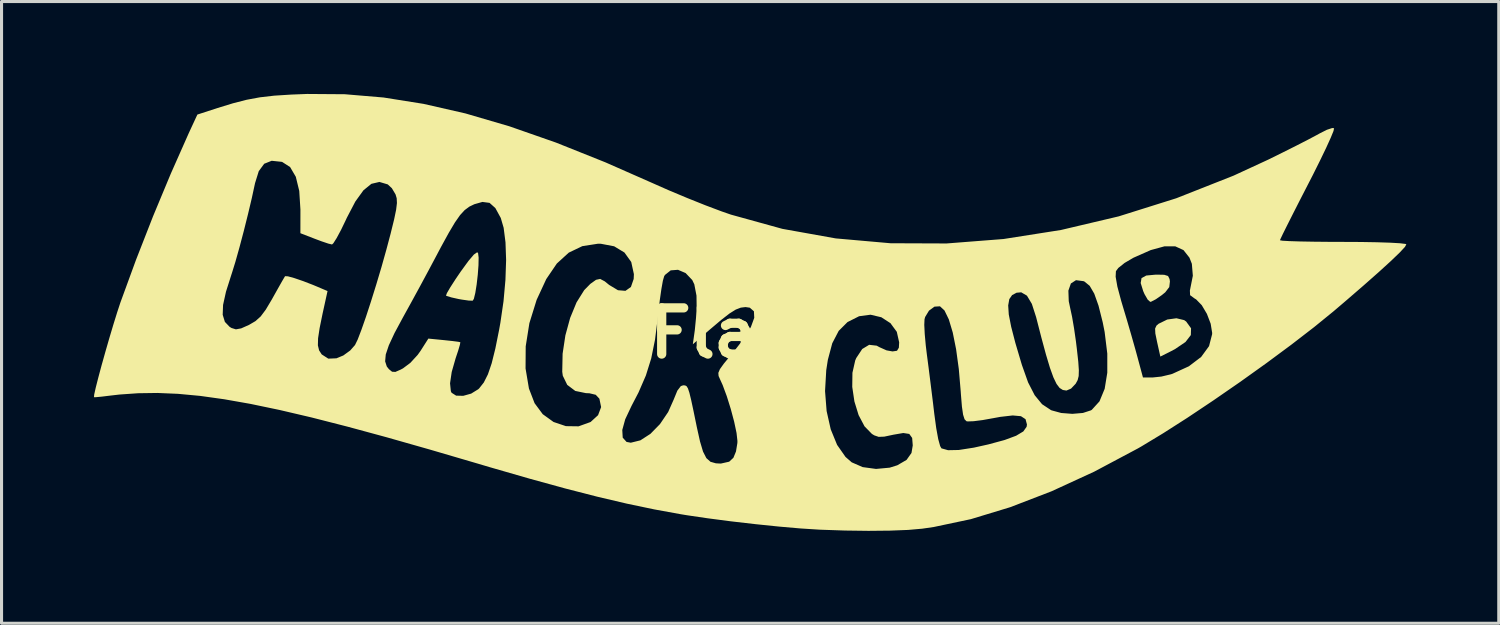
<source format=kicad_pcb>
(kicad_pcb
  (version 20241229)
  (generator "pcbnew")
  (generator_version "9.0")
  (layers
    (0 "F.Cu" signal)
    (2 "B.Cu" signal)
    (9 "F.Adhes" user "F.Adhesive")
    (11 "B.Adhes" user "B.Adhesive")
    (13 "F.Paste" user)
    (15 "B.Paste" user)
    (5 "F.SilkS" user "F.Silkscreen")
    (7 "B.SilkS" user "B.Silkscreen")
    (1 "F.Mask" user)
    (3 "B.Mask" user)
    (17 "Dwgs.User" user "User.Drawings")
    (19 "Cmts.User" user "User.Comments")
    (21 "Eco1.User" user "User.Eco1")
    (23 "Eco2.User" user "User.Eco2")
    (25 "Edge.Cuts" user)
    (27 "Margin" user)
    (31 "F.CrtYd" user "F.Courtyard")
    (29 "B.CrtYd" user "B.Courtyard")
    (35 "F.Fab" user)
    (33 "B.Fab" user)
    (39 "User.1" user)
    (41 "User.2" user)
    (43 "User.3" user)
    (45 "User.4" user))
  (footprint "Flag"
    (layer "F.Cu")
    (at 20.465 7.765)
    (property "Reference" "Flag" (at 0 0 0) (layer "F.SilkS") (effects (font (size 1.5 1.5) (thickness 0.3))))
    (attr board_only exclude_from_pos_files exclude_from_bom)
    (fp_poly (pts (xy 14.924 -0.424) (xy 14.989 -0.378) (xy 15.148 -0.159) (xy 15.141 0.062) (xy 14.967 0.287) (xy 14.626 0.518) (xy 14.505 0.582) (xy 14.151 0.76) (xy 14.045 0.284) (xy 13.989 0.011) (xy 13.981 -0.149) (xy 14.025 -0.245) (xy 14.096 -0.306) (xy 14.376 -0.443) (xy 14.673 -0.484)) (stroke (width 0) (type solid)) (fill yes) (layer "F.SilkS"))
    (fp_poly (pts (xy 14.277 -1.895) (xy 14.401 -1.856) (xy 14.45 -1.758) (xy 14.462 -1.68) (xy 14.441 -1.496) (xy 14.31 -1.326) (xy 14.2 -1.236) (xy 14.002 -1.099) (xy 13.853 -1.022) (xy 13.823 -1.016) (xy 13.741 -1.088) (xy 13.637 -1.268) (xy 13.594 -1.367) (xy 13.513 -1.628) (xy 13.541 -1.789) (xy 13.694 -1.871) (xy 13.994 -1.899) (xy 14.032 -1.9)) (stroke (width 0) (type solid)) (fill yes) (layer "F.SilkS"))
    (fp_poly (pts (xy -7.997 -2.604) (xy -7.978 -2.453) (xy -7.983 -2.202) (xy -8.006 -1.896) (xy -8.042 -1.582) (xy -8.086 -1.306) (xy -8.133 -1.115) (xy -8.17 -1.054) (xy -8.3 -1.058) (xy -8.525 -1.09) (xy -8.627 -1.108) (xy -8.859 -1.16) (xy -9.012 -1.206) (xy -9.037 -1.219) (xy -9.008 -1.3) (xy -8.898 -1.488) (xy -8.727 -1.754) (xy -8.562 -1.996) (xy -8.308 -2.345) (xy -8.131 -2.553) (xy -8.028 -2.625)) (stroke (width 0) (type solid)) (fill yes) (layer "F.SilkS"))
    (fp_poly (pts (xy -12.322 -7.756) (xy -11.065 -7.65) (xy -9.765 -7.443) (xy -8.407 -7.133) (xy -6.979 -6.715) (xy -5.468 -6.187) (xy -3.862 -5.545) (xy -2.371 -4.888) (xy -1.81 -4.64) (xy -1.206 -4.387) (xy -0.614 -4.15) (xy -0.085 -3.951) (xy 0.212 -3.848) (xy 1.883 -3.386) (xy 3.614 -3.076) (xy 5.393 -2.919) (xy 7.212 -2.912) (xy 9.059 -3.056) (xy 10.924 -3.349) (xy 12.797 -3.791) (xy 14.668 -4.379) (xy 16.527 -5.113) (xy 17.653 -5.633) (xy 18.113 -5.86) (xy 18.552 -6.08) (xy 18.933 -6.275) (xy 19.218 -6.426) (xy 19.325 -6.485) (xy 19.557 -6.602) (xy 19.731 -6.659) (xy 19.791 -6.653) (xy 19.772 -6.563) (xy 19.683 -6.345) (xy 19.536 -6.021) (xy 19.339 -5.612) (xy 19.104 -5.14) (xy 18.944 -4.829) (xy 18.687 -4.329) (xy 18.458 -3.879) (xy 18.268 -3.502) (xy 18.127 -3.219) (xy 18.048 -3.052) (xy 18.034 -3.016) (xy 18.115 -3.001) (xy 18.342 -2.988) (xy 18.692 -2.977) (xy 19.142 -2.969) (xy 19.668 -2.964) (xy 20.061 -2.963) (xy 20.658 -2.96) (xy 21.182 -2.951) (xy 21.612 -2.937) (xy 21.927 -2.919) (xy 22.105 -2.897) (xy 22.137 -2.885) (xy 22.092 -2.801) (xy 21.922 -2.618) (xy 21.636 -2.343) (xy 21.241 -1.983) (xy 20.745 -1.545) (xy 20.155 -1.035) (xy 19.77 -0.707) (xy 19.142 -0.196) (xy 18.406 0.372) (xy 17.593 0.974) (xy 16.737 1.586) (xy 15.87 2.185) (xy 15.027 2.748) (xy 14.24 3.251) (xy 13.542 3.673) (xy 13.42 3.743) (xy 12.004 4.496) (xy 10.619 5.133) (xy 9.278 5.649) (xy 7.998 6.038) (xy 6.792 6.293) (xy 6.419 6.347) (xy 5.961 6.387) (xy 5.369 6.41) (xy 4.676 6.417) (xy 3.916 6.407) (xy 3.124 6.38) (xy 3.048 6.376) (xy 2.467 6.339) (xy 1.769 6.278) (xy 1.001 6.199) (xy 0.214 6.108) (xy -0.544 6.009) (xy -1.224 5.909) (xy -1.43 5.875) (xy -2.279 5.72) (xy -3.171 5.533) (xy -4.128 5.308) (xy -5.172 5.04) (xy -6.324 4.723) (xy -7.607 4.353) (xy -8.001 4.236) (xy -9.559 3.779) (xy -10.969 3.378) (xy -11.838 3.142) (xy -3.315 3.142) (xy -3.301 3.391) (xy -3.177 3.53) (xy -3.039 3.556) (xy -2.727 3.479) (xy -2.401 3.268) (xy -2.091 2.951) (xy -1.826 2.56) (xy -1.648 2.16) (xy -1.527 1.865) (xy -1.414 1.718) (xy -1.339 1.693) (xy -1.277 1.696) (xy -1.228 1.721) (xy -1.184 1.792) (xy -1.137 1.932) (xy -1.08 2.165) (xy -1.005 2.515) (xy -0.904 3.006) (xy -0.897 3.042) (xy -0.792 3.514) (xy -0.694 3.844) (xy -0.586 4.056) (xy -0.452 4.175) (xy -0.276 4.225) (xy -0.116 4.233) (xy 0.155 4.172) (xy 0.292 4.045) (xy 0.376 3.84) (xy 0.421 3.566) (xy 0.423 3.499) (xy 0.394 3.239) (xy 0.317 2.875) (xy 0.206 2.459) (xy 0.077 2.045) (xy 0.015 1.879) (xy 3.267 1.879) (xy 3.318 2.528) (xy 3.451 3.12) (xy 3.658 3.626) (xy 3.932 4.018) (xy 4.133 4.193) (xy 4.489 4.348) (xy 4.922 4.407) (xy 5.364 4.366) (xy 5.612 4.289) (xy 5.913 4.114) (xy 6.073 3.888) (xy 6.114 3.643) (xy 6.095 3.401) (xy 6.001 3.271) (xy 5.807 3.241) (xy 5.486 3.296) (xy 5.468 3.3) (xy 5.188 3.359) (xy 5.008 3.366) (xy 4.867 3.318) (xy 4.789 3.271) (xy 4.549 3.025) (xy 4.356 2.659) (xy 4.22 2.217) (xy 4.15 1.745) (xy 4.156 1.286) (xy 4.246 0.887) (xy 4.279 0.809) (xy 4.474 0.514) (xy 4.699 0.378) (xy 4.944 0.406) (xy 5.031 0.454) (xy 5.263 0.558) (xy 5.458 0.593) (xy 5.603 0.571) (xy 5.663 0.472) (xy 5.673 0.298) (xy 5.596 -0.044) (xy 5.429 -0.271) (xy 6.488 -0.271) (xy 6.503 0.029) (xy 6.537 0.401) (xy 6.57 0.674) (xy 6.631 1.142) (xy 6.701 1.699) (xy 6.771 2.262) (xy 6.813 2.618) (xy 6.876 3.082) (xy 6.941 3.439) (xy 7.004 3.666) (xy 7.046 3.739) (xy 7.26 3.799) (xy 7.608 3.792) (xy 8.097 3.716) (xy 8.568 3.611) (xy 9.096 3.468) (xy 9.469 3.33) (xy 9.703 3.19) (xy 9.81 3.039) (xy 9.821 2.964) (xy 9.775 2.792) (xy 9.626 2.695) (xy 9.359 2.671) (xy 8.957 2.717) (xy 8.728 2.759) (xy 8.382 2.821) (xy 8.09 2.858) (xy 7.898 2.865) (xy 7.859 2.859) (xy 7.796 2.796) (xy 7.748 2.646) (xy 7.71 2.383) (xy 7.677 1.981) (xy 7.671 1.891) (xy 7.609 1.164) (xy 7.521 0.52) (xy 7.412 -0.022) (xy 7.285 -0.447) (xy 7.144 -0.737) (xy 6.998 -0.872) (xy 6.819 -0.861) (xy 6.641 -0.731) (xy 6.516 -0.525) (xy 6.496 -0.451) (xy 6.488 -0.271) (xy 5.429 -0.271) (xy 5.392 -0.323) (xy 5.095 -0.516) (xy 4.744 -0.599) (xy 4.374 -0.55) (xy 4.369 -0.548) (xy 3.996 -0.36) (xy 3.71 -0.074) (xy 3.501 0.328) (xy 3.358 0.865) (xy 3.306 1.201) (xy 3.267 1.879) (xy 0.015 1.879) (xy -0.056 1.686) (xy -0.14 1.501) (xy -0.189 1.39) (xy -0.197 1.289) (xy -0.146 1.168) (xy -0.022 0.994) (xy 0.191 0.735) (xy 0.294 0.612) (xy 0.634 0.174) (xy 0.86 -0.2) (xy 0.969 -0.498) (xy 0.958 -0.71) (xy 0.825 -0.827) (xy 0.686 -0.847) (xy 0.533 -0.829) (xy 0.369 -0.766) (xy 0.166 -0.639) (xy -0.102 -0.431) (xy -0.464 -0.125) (xy -0.491 -0.102) (xy -1.025 0.361) (xy -0.961 -0.095) (xy -0.9 -0.716) (xy -0.902 -0.901) (xy 9.212 -0.901) (xy 9.231 -0.607) (xy 9.309 -0.208) (xy 9.444 0.314) (xy 9.64 0.975) (xy 9.658 1.034) (xy 9.858 1.598) (xy 10.072 2.014) (xy 10.312 2.306) (xy 10.594 2.493) (xy 10.621 2.506) (xy 10.933 2.591) (xy 11.294 2.619) (xy 11.638 2.59) (xy 11.899 2.505) (xy 11.928 2.486) (xy 12.176 2.213) (xy 12.344 1.806) (xy 12.429 1.284) (xy 12.429 0.663) (xy 12.343 -0.039) (xy 12.28 -0.355) (xy 12.144 -0.894) (xy 12.006 -1.282) (xy 11.858 -1.536) (xy 11.69 -1.674) (xy 11.658 -1.688) (xy 11.413 -1.72) (xy 11.247 -1.613) (xy 11.166 -1.381) (xy 11.178 -1.038) (xy 11.229 -0.795) (xy 11.286 -0.531) (xy 11.35 -0.157) (xy 11.411 0.266) (xy 11.442 0.52) (xy 11.487 0.928) (xy 11.506 1.206) (xy 11.5 1.391) (xy 11.467 1.523) (xy 11.405 1.637) (xy 11.402 1.642) (xy 11.253 1.799) (xy 11.103 1.863) (xy 10.986 1.844) (xy 10.882 1.779) (xy 10.782 1.648) (xy 10.68 1.436) (xy 10.568 1.126) (xy 10.44 0.7) (xy 10.289 0.142) (xy 10.118 -0.523) (xy 9.98 -0.951) (xy 9.821 -1.217) (xy 9.635 -1.326) (xy 9.484 -1.313) (xy 9.339 -1.236) (xy 9.248 -1.105) (xy 9.212 -0.901) (xy -0.902 -0.901) (xy -0.906 -1.218) (xy -0.977 -1.586) (xy -1.044 -1.725) (xy -1.146 -1.832) (xy 12.7 -1.832) (xy 12.756 -1.513) (xy 12.88 -1.049) (xy 12.926 -0.894) (xy 13.066 -0.427) (xy 13.21 0.068) (xy 13.338 0.519) (xy 13.399 0.741) (xy 13.587 1.439) (xy 13.895 1.439) (xy 14.183 1.409) (xy 14.495 1.335) (xy 14.544 1.319) (xy 15.077 1.075) (xy 15.476 0.772) (xy 15.732 0.421) (xy 15.832 0.033) (xy 15.833 -0.011) (xy 15.785 -0.307) (xy 15.663 -0.626) (xy 15.495 -0.909) (xy 15.312 -1.097) (xy 15.266 -1.124) (xy 15.117 -1.233) (xy 15.11 -1.386) (xy 15.112 -1.392) (xy 15.206 -1.864) (xy 15.174 -2.252) (xy 15.096 -2.451) (xy 14.903 -2.696) (xy 14.637 -2.818) (xy 14.286 -2.819) (xy 13.84 -2.697) (xy 13.288 -2.453) (xy 13.27 -2.444) (xy 12.991 -2.28) (xy 12.787 -2.117) (xy 12.709 -2.012) (xy 12.7 -1.832) (xy -1.146 -1.832) (xy -1.259 -1.951) (xy -1.506 -2.057) (xy -1.743 -2.039) (xy -1.93 -1.89) (xy -1.956 -1.846) (xy -1.997 -1.704) (xy -2.046 -1.43) (xy -2.099 -1.059) (xy -2.149 -0.629) (xy -2.161 -0.514) (xy -2.252 0.21) (xy -2.376 0.821) (xy -2.549 1.374) (xy -2.788 1.925) (xy -3.016 2.363) (xy -3.22 2.796) (xy -3.315 3.142) (xy -11.838 3.142) (xy -12.245 3.032) (xy -13.398 2.737) (xy -14.44 2.493) (xy -15.383 2.296) (xy -16.239 2.145) (xy -17.02 2.036) (xy -17.738 1.969) (xy -18.406 1.941) (xy -19.034 1.95) (xy -19.635 1.992) (xy -19.939 2.027) (xy -20.21 2.06) (xy -20.401 2.078) (xy -20.465 2.079) (xy -20.457 1.992) (xy -20.408 1.772) (xy -20.326 1.449) (xy -20.22 1.053) (xy -20.181 0.915) (xy -11.013 0.915) (xy -10.959 1.082) (xy -10.89 1.169) (xy -10.788 1.252) (xy -10.681 1.258) (xy -10.509 1.183) (xy -10.433 1.142) (xy -10.195 0.964) (xy -9.957 0.705) (xy -9.864 0.575) (xy -9.61 0.176) (xy -9.102 0.226) (xy -8.83 0.255) (xy -8.637 0.28) (xy -8.572 0.294) (xy -8.586 0.376) (xy -8.644 0.573) (xy -8.724 0.812) (xy -8.852 1.26) (xy -8.906 1.627) (xy -8.88 1.883) (xy -8.856 1.934) (xy -8.709 2.028) (xy -8.478 2.034) (xy -8.22 1.962) (xy -7.99 1.82) (xy -7.96 1.792) (xy -7.81 1.601) (xy -7.677 1.337) (xy -7.611 1.145) (xy -6.455 1.145) (xy -6.345 1.797) (xy -6.162 2.273) (xy -5.897 2.63) (xy -5.546 2.883) (xy -5.145 3.018) (xy -4.734 3.024) (xy -4.35 2.886) (xy -4.341 2.881) (xy -4.101 2.662) (xy -4.002 2.4) (xy -4.057 2.131) (xy -4.06 2.125) (xy -4.177 2) (xy -4.383 1.951) (xy -4.494 1.947) (xy -4.841 1.875) (xy -5.102 1.678) (xy -5.246 1.382) (xy -5.264 1.253) (xy -5.252 0.667) (xy -5.162 0.071) (xy -5.007 -0.496) (xy -4.8 -0.999) (xy -4.551 -1.397) (xy -4.352 -1.6) (xy -4.167 -1.732) (xy -4.033 -1.761) (xy -3.884 -1.682) (xy -3.741 -1.566) (xy -3.455 -1.394) (xy -3.212 -1.374) (xy -3.035 -1.499) (xy -2.945 -1.759) (xy -2.938 -1.915) (xy -3.024 -2.31) (xy -3.244 -2.617) (xy -3.579 -2.82) (xy -4.01 -2.902) (xy -4.108 -2.903) (xy -4.611 -2.825) (xy -5.052 -2.614) (xy -5.44 -2.26) (xy -5.783 -1.755) (xy -6.091 -1.091) (xy -6.097 -1.076) (xy -6.331 -0.323) (xy -6.45 0.428) (xy -6.455 1.145) (xy -7.611 1.145) (xy -7.554 0.976) (xy -7.435 0.498) (xy -7.311 -0.12) (xy -7.272 -0.339) (xy -7.17 -1.038) (xy -7.108 -1.727) (xy -7.086 -2.375) (xy -7.106 -2.949) (xy -7.166 -3.42) (xy -7.259 -3.739) (xy -7.435 -4.061) (xy -7.624 -4.23) (xy -7.855 -4.26) (xy -8.117 -4.186) (xy -8.282 -4.106) (xy -8.431 -3.995) (xy -8.581 -3.832) (xy -8.748 -3.593) (xy -8.947 -3.258) (xy -9.196 -2.804) (xy -9.358 -2.498) (xy -9.599 -2.045) (xy -9.886 -1.512) (xy -10.182 -0.97) (xy -10.433 -0.515) (xy -10.709 -0.002) (xy -10.893 0.394) (xy -10.993 0.692) (xy -11.013 0.915) (xy -20.181 0.915) (xy -20.097 0.614) (xy -19.966 0.16) (xy -19.835 -0.279) (xy -19.736 -0.597) (xy -16.286 -0.597) (xy -16.215 -0.366) (xy -16.062 -0.206) (xy -16 -0.168) (xy -15.858 -0.124) (xy -15.687 -0.155) (xy -15.431 -0.269) (xy -15.223 -0.391) (xy -15.054 -0.542) (xy -14.889 -0.762) (xy -14.693 -1.091) (xy -14.664 -1.143) (xy -14.496 -1.443) (xy -14.36 -1.683) (xy -14.277 -1.825) (xy -14.261 -1.85) (xy -14.168 -1.845) (xy -13.958 -1.787) (xy -13.674 -1.69) (xy -13.353 -1.566) (xy -13.236 -1.517) (xy -12.883 -1.367) (xy -13.046 -0.624) (xy -13.14 -0.163) (xy -13.19 0.166) (xy -13.196 0.396) (xy -13.157 0.558) (xy -13.076 0.683) (xy -13.068 0.692) (xy -12.858 0.827) (xy -12.594 0.816) (xy -12.37 0.724) (xy -12.146 0.561) (xy -11.991 0.385) (xy -11.905 0.209) (xy -11.785 -0.104) (xy -11.638 -0.523) (xy -11.475 -1.022) (xy -11.303 -1.573) (xy -11.132 -2.146) (xy -10.972 -2.715) (xy -10.83 -3.25) (xy -10.83 -3.252) (xy -10.721 -3.694) (xy -10.656 -4.007) (xy -10.63 -4.224) (xy -10.638 -4.38) (xy -10.675 -4.504) (xy -10.795 -4.706) (xy -10.928 -4.829) (xy -11.198 -4.909) (xy -11.459 -4.848) (xy -11.717 -4.638) (xy -11.98 -4.274) (xy -12.255 -3.748) (xy -12.284 -3.685) (xy -12.444 -3.353) (xy -12.587 -3.087) (xy -12.693 -2.92) (xy -12.737 -2.879) (xy -12.856 -2.907) (xy -13.078 -2.982) (xy -13.292 -3.062) (xy -13.764 -3.245) (xy -13.763 -4.014) (xy -13.801 -4.617) (xy -13.913 -5.077) (xy -14.098 -5.392) (xy -14.354 -5.557) (xy -14.373 -5.562) (xy -14.696 -5.596) (xy -14.939 -5.499) (xy -15.115 -5.259) (xy -15.237 -4.867) (xy -15.243 -4.838) (xy -15.34 -4.389) (xy -15.464 -3.866) (xy -15.602 -3.314) (xy -15.743 -2.781) (xy -15.875 -2.312) (xy -15.986 -1.953) (xy -16.002 -1.905) (xy -16.179 -1.347) (xy -16.274 -0.917) (xy -16.286 -0.597) (xy -19.736 -0.597) (xy -19.713 -0.672) (xy -19.608 -0.991) (xy -19.599 -1.016) (xy -19.1 -2.38) (xy -18.548 -3.791) (xy -17.97 -5.179) (xy -17.396 -6.474) (xy -17.369 -6.533) (xy -17.108 -7.096) (xy -16.449 -7.31) (xy -15.95 -7.463) (xy -15.509 -7.576) (xy -15.079 -7.656) (xy -14.612 -7.71) (xy -14.059 -7.745) (xy -13.547 -7.765)) (stroke (width 0) (type solid)) (fill yes) (layer "F.SilkS")))
  (gr_rect
    (start -3 -3)
    (end 45.602 17.182)
    (stroke (width 0.1) (type default))
    (fill no)
    (layer "Edge.Cuts")))
</source>
